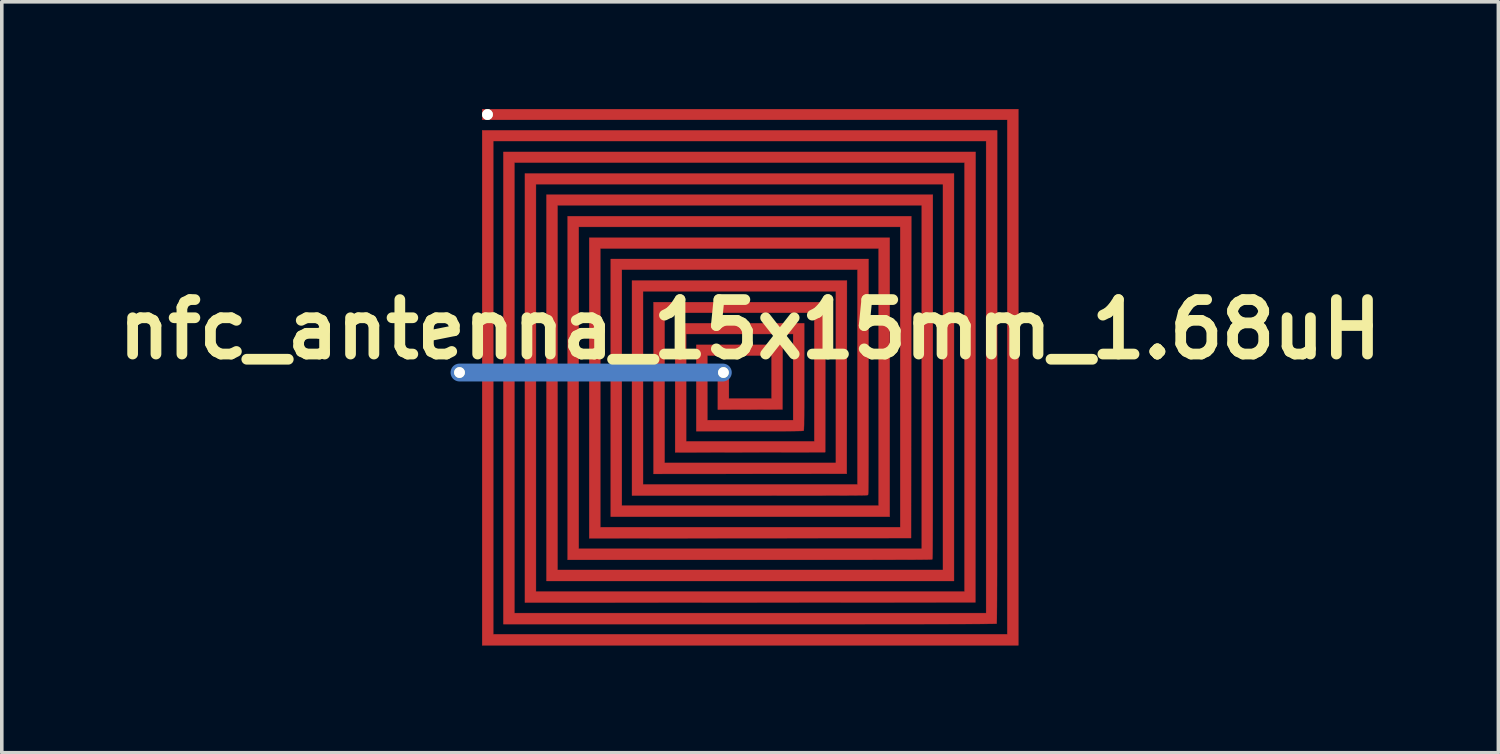
<source format=kicad_pcb>
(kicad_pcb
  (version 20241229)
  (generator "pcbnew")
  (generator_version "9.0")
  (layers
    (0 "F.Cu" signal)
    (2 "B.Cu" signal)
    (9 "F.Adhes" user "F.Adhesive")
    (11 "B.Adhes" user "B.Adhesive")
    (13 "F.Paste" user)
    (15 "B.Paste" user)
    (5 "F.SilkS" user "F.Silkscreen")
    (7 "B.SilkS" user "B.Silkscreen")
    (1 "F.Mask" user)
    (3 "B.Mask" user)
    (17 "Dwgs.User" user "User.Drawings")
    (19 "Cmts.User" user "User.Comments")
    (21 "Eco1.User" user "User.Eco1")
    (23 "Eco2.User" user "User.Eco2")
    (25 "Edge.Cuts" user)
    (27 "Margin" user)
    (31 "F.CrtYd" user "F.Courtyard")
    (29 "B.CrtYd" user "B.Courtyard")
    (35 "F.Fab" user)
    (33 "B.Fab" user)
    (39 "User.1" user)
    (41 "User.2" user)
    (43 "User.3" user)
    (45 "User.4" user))
  (footprint "nfc_antenna_15x15mm_1.68uH"
    (layer "F.Cu")
    (at 17.932 7.498)
    (property "Reference" "nfc_antenna_15x15mm_1.68uH" (at 0 -1.333 0) (layer "F.SilkS") (effects (font (size 1.524 1.524) (thickness 0.3))))
    (attr through_hole)
    (fp_poly (pts (xy 7.504 7.504) (xy -7.493 7.504) (xy -7.493 -6.9) (xy 6.911 -6.9) (xy 6.911 -0.01) (xy 6.911 0.453) (xy 6.911 0.896) (xy 6.911 1.318) (xy 6.911 1.72) (xy 6.911 2.103) (xy 6.911 2.468) (xy 6.911 2.813) (xy 6.911 3.141) (xy 6.91 3.452) (xy 6.91 3.745) (xy 6.91 4.022) (xy 6.91 4.282) (xy 6.91 4.527) (xy 6.91 4.757) (xy 6.909 4.972) (xy 6.909 5.172) (xy 6.909 5.359) (xy 6.909 5.532) (xy 6.908 5.693) (xy 6.908 5.841) (xy 6.907 5.977) (xy 6.907 6.101) (xy 6.907 6.215) (xy 6.906 6.318) (xy 6.906 6.41) (xy 6.905 6.493) (xy 6.904 6.567) (xy 6.904 6.631) (xy 6.903 6.688) (xy 6.903 6.736) (xy 6.902 6.777) (xy 6.901 6.812) (xy 6.9 6.839) (xy 6.899 6.861) (xy 6.898 6.877) (xy 6.898 6.888) (xy 6.897 6.894) (xy 6.896 6.896) (xy 6.893 6.897) (xy 6.885 6.898) (xy 6.873 6.899) (xy 6.856 6.9) (xy 6.832 6.9) (xy 6.803 6.901) (xy 6.767 6.902) (xy 6.724 6.903) (xy 6.673 6.903) (xy 6.615 6.904) (xy 6.548 6.905) (xy 6.472 6.905) (xy 6.386 6.906) (xy 6.291 6.906) (xy 6.186 6.907) (xy 6.069 6.907) (xy 5.942 6.908) (xy 5.803 6.908) (xy 5.651 6.908) (xy 5.487 6.909) (xy 5.31 6.909) (xy 5.12 6.909) (xy 4.916 6.909) (xy 4.697 6.91) (xy 4.463 6.91) (xy 4.214 6.91) (xy 3.949 6.91) (xy 3.668 6.91) (xy 3.37 6.91) (xy 3.055 6.911) (xy 2.723 6.911) (xy 2.372 6.911) (xy 2.003 6.911) (xy 1.615 6.911) (xy 1.207 6.911) (xy 0.78 6.911) (xy 0.332 6.911) (xy -0.01 6.911) (xy -6.9 6.911) (xy -6.9 -6.297) (xy 6.308 -6.297) (xy 6.305 0.003) (xy 6.302 6.302) (xy 0.003 6.305) (xy -6.297 6.308) (xy -6.297 -5.694) (xy 5.704 -5.694) (xy 5.704 5.704) (xy -5.694 5.704) (xy -5.694 -5.101) (xy 5.112 -5.101) (xy 5.112 -0.01) (xy 5.112 0.387) (xy 5.112 0.763) (xy 5.112 1.119) (xy 5.112 1.456) (xy 5.112 1.773) (xy 5.111 2.072) (xy 5.111 2.353) (xy 5.111 2.616) (xy 5.111 2.863) (xy 5.111 3.093) (xy 5.111 3.308) (xy 5.11 3.507) (xy 5.11 3.691) (xy 5.11 3.861) (xy 5.11 4.018) (xy 5.109 4.161) (xy 5.109 4.291) (xy 5.108 4.41) (xy 5.108 4.517) (xy 5.107 4.613) (xy 5.107 4.698) (xy 5.106 4.773) (xy 5.105 4.839) (xy 5.105 4.896) (xy 5.104 4.945) (xy 5.103 4.986) (xy 5.102 5.019) (xy 5.101 5.046) (xy 5.1 5.066) (xy 5.099 5.081) (xy 5.098 5.091) (xy 5.097 5.096) (xy 5.097 5.097) (xy 5.093 5.098) (xy 5.086 5.099) (xy 5.073 5.1) (xy 5.055 5.101) (xy 5.031 5.102) (xy 5 5.103) (xy 4.962 5.104) (xy 4.917 5.104) (xy 4.863 5.105) (xy 4.801 5.106) (xy 4.729 5.106) (xy 4.648 5.107) (xy 4.556 5.108) (xy 4.454 5.108) (xy 4.34 5.109) (xy 4.215 5.109) (xy 4.076 5.109) (xy 3.925 5.11) (xy 3.761 5.11) (xy 3.582 5.11) (xy 3.389 5.111) (xy 3.181 5.111) (xy 2.957 5.111) (xy 2.717 5.111) (xy 2.46 5.111) (xy 2.186 5.111) (xy 1.895 5.112) (xy 1.585 5.112) (xy 1.256 5.112) (xy 0.908 5.112) (xy 0.54 5.112) (xy 0.151 5.112) (xy -0.01 5.112) (xy -5.101 5.112) (xy -5.101 -4.498) (xy 4.509 -4.498) (xy 4.506 0.003) (xy 4.503 4.503) (xy 0.003 4.506) (xy -4.498 4.509) (xy -4.498 -3.895) (xy 3.905 -3.895) (xy 3.905 3.905) (xy -3.895 3.905) (xy -3.895 -3.302) (xy 3.313 -3.302) (xy 3.313 -0.01) (xy 3.313 0.307) (xy 3.313 0.604) (xy 3.312 0.881) (xy 3.312 1.138) (xy 3.312 1.378) (xy 3.312 1.599) (xy 3.312 1.803) (xy 3.312 1.991) (xy 3.311 2.162) (xy 3.311 2.319) (xy 3.311 2.461) (xy 3.31 2.589) (xy 3.31 2.704) (xy 3.309 2.806) (xy 3.309 2.897) (xy 3.308 2.976) (xy 3.307 3.045) (xy 3.307 3.103) (xy 3.306 3.153) (xy 3.305 3.194) (xy 3.304 3.227) (xy 3.303 3.253) (xy 3.302 3.272) (xy 3.3 3.286) (xy 3.299 3.294) (xy 3.297 3.297) (xy 3.294 3.299) (xy 3.286 3.3) (xy 3.272 3.302) (xy 3.253 3.303) (xy 3.227 3.304) (xy 3.194 3.305) (xy 3.153 3.306) (xy 3.103 3.307) (xy 3.044 3.307) (xy 2.976 3.308) (xy 2.896 3.309) (xy 2.806 3.309) (xy 2.703 3.31) (xy 2.588 3.31) (xy 2.46 3.311) (xy 2.318 3.311) (xy 2.162 3.311) (xy 1.99 3.312) (xy 1.802 3.312) (xy 1.598 3.312) (xy 1.377 3.312) (xy 1.137 3.312) (xy 0.88 3.312) (xy 0.603 3.313) (xy 0.306 3.313) (xy -0.01 3.313) (xy -3.302 3.313) (xy -3.302 -2.699) (xy 2.709 -2.699) (xy 2.707 0.003) (xy 2.704 2.704) (xy 0.003 2.707) (xy -2.699 2.709) (xy -2.699 -2.095) (xy 2.106 -2.095) (xy 2.103 0.003) (xy 2.101 2.101) (xy 0.003 2.103) (xy -2.095 2.106) (xy -2.095 -1.503) (xy 1.513 -1.503) (xy 1.513 -0.01) (xy 1.513 0.201) (xy 1.513 0.391) (xy 1.513 0.562) (xy 1.513 0.715) (xy 1.513 0.851) (xy 1.512 0.971) (xy 1.512 1.075) (xy 1.511 1.165) (xy 1.51 1.242) (xy 1.51 1.307) (xy 1.509 1.36) (xy 1.507 1.403) (xy 1.506 1.436) (xy 1.505 1.462) (xy 1.503 1.479) (xy 1.501 1.491) (xy 1.499 1.497) (xy 1.498 1.498) (xy 1.494 1.5) (xy 1.484 1.502) (xy 1.469 1.504) (xy 1.447 1.506) (xy 1.416 1.507) (xy 1.377 1.508) (xy 1.328 1.509) (xy 1.267 1.51) (xy 1.195 1.511) (xy 1.11 1.512) (xy 1.011 1.512) (xy 0.897 1.513) (xy 0.768 1.513) (xy 0.621 1.513) (xy 0.457 1.513) (xy 0.274 1.513) (xy 0.071 1.513) (xy -0.01 1.513) (xy -1.503 1.513) (xy -1.503 -0.9) (xy 0.91 -0.9) (xy 0.908 0.003) (xy 0.905 0.905) (xy 0.003 0.908) (xy -0.9 0.91) (xy -0.9 -0.296) (xy -0.593 -0.296) (xy -0.593 0.603) (xy 0.603 0.603) (xy 0.603 -0.603) (xy -1.196 -0.603) (xy -1.196 1.206) (xy 1.206 1.206) (xy 1.206 -1.206) (xy -1.789 -1.206) (xy -1.789 1.799) (xy 1.799 1.799) (xy 1.799 -1.799) (xy -2.392 -1.799) (xy -2.392 2.402) (xy 2.402 2.402) (xy 2.402 -2.402) (xy -2.995 -2.402) (xy -2.995 3.006) (xy 3.006 3.006) (xy 3.006 -3.006) (xy -3.588 -3.006) (xy -3.588 3.598) (xy 3.598 3.598) (xy 3.598 -3.598) (xy -4.191 -3.598) (xy -4.191 4.202) (xy 4.202 4.202) (xy 4.202 -4.202) (xy -4.794 -4.202) (xy -4.794 4.805) (xy 4.805 4.805) (xy 4.805 -4.805) (xy -5.387 -4.805) (xy -5.387 5.397) (xy 5.397 5.397) (xy 5.397 -5.397) (xy -5.99 -5.397) (xy -5.99 6.001) (xy 6.001 6.001) (xy 6.001 -6.001) (xy -6.593 -6.001) (xy -6.593 6.604) (xy 6.604 6.604) (xy 6.604 -6.604) (xy -7.186 -6.604) (xy -7.186 7.197) (xy 7.197 7.197) (xy 7.197 -7.197) (xy -7.493 -7.197) (xy -7.493 -7.493) (xy 7.504 -7.493) (xy 7.504 7.504)) (stroke (width 0.01) (type solid)) (fill yes) (layer "F.Cu"))
    (fp_line (start -0.762 -0.127) (end -8.128 -0.127) (stroke (width 0.5) (type solid)) (layer "B.Cu"))
    (pad "" thru_hole circle (at -0.745 -0.127) (size 0.3 0.3) (drill 0.3) (layers "*.Cu" "*.Mask" "F.SilkS"))
    (pad "1" thru_hole circle (at -8.128 -0.127 90) (size 0.3 0.3) (drill 0.3) (layers "*.Cu" "*.Mask" "F.SilkS"))
    (pad "2" thru_hole circle (at -7.345 -7.344 90) (size 0.3 0.3) (drill 0.3) (layers "*.Cu" "*.Mask" "F.SilkS")))
  (gr_rect
    (start -3 -3)
    (end 38.865 18.007)
    (stroke (width 0.1) (type default))
    (fill no)
    (layer "Edge.Cuts")))
</source>
